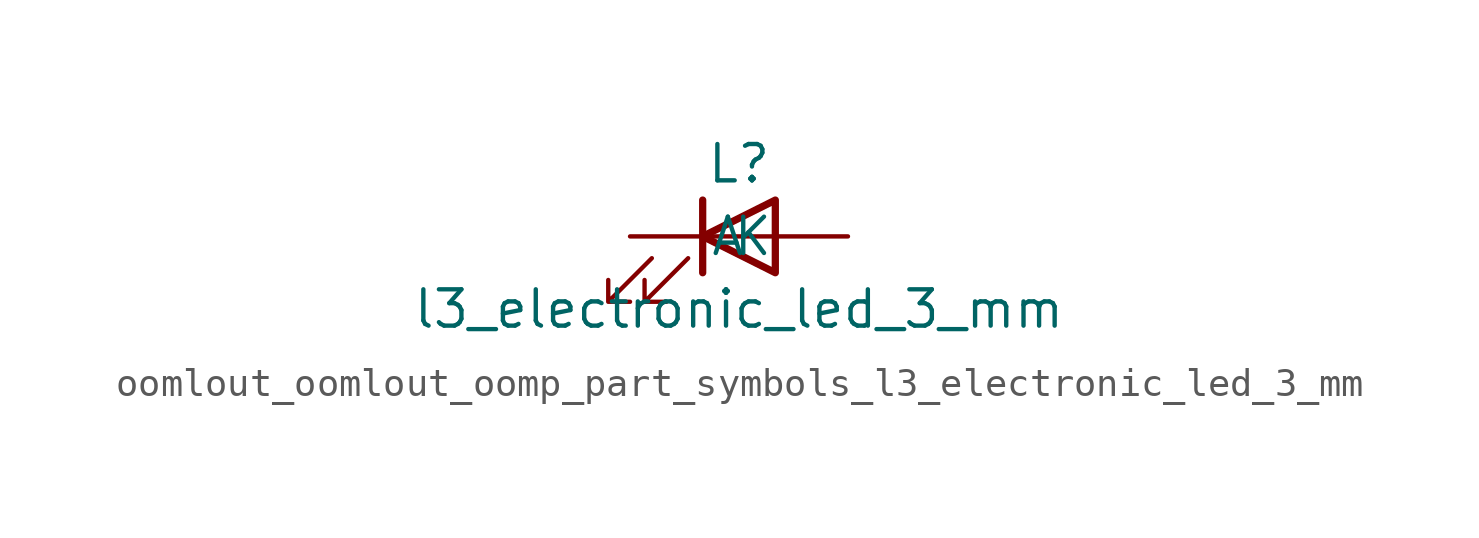
<source format=kicad_sym>
(kicad_symbol_lib
  (version 20220914)
  (generator kicad_symbol_editor)
  (symbol "oomlout_oomlout_oomp_part_symbols_l3_electronic_led_3_mm"
    (pin_numbers hide)
    (pin_names
      (offset 1.016))
    (property "Reference" "L"
      (at 0 2.54 0)
      (effects (font (size 1.27 1.27))))
    (property "Value" "l3_electronic_led_3_mm"
      (at 0 -2.54 0)
      (effects (font (size 1.27 1.27))))
    (symbol "oomlout_oomlout_oomp_part_symbols_l3_electronic_led_3_mm_0_1"
      (polyline (pts (xy -1.27 -1.27) (xy -1.27 1.27)) (stroke (width 0.254) (type default)) (fill (type none)))
      (polyline (pts (xy -1.27 0) (xy 1.27 0)) (stroke (width 0) (type default)) (fill (type none)))
      (polyline (pts (xy 1.27 -1.27) (xy 1.27 1.27) (xy -1.27 0) (xy 1.27 -1.27)) (stroke (width 0.254) (type default)) (fill (type none)))
      (polyline (pts (xy -3.048 -0.762) (xy -4.572 -2.286) (xy -3.81 -2.286) (xy -4.572 -2.286) (xy -4.572 -1.524)) (stroke (width 0) (type default)) (fill (type none)))
      (polyline (pts (xy -1.778 -0.762) (xy -3.302 -2.286) (xy -2.54 -2.286) (xy -3.302 -2.286) (xy -3.302 -1.524)) (stroke (width 0) (type default)) (fill (type none))))
    (symbol "oomlout_oomlout_oomp_part_symbols_l3_electronic_led_3_mm_1_1"
      (pin passive line (at -3.81 0 0) (length 2.54) (name "K" (effects (font (size 1.27 1.27)))) (number "1" (effects (font (size 1.27 1.27)))))
      (pin passive line (at 3.81 0 180) (length 2.54) (name "A" (effects (font (size 1.27 1.27)))) (number "2" (effects (font (size 1.27 1.27))))))))
</source>
